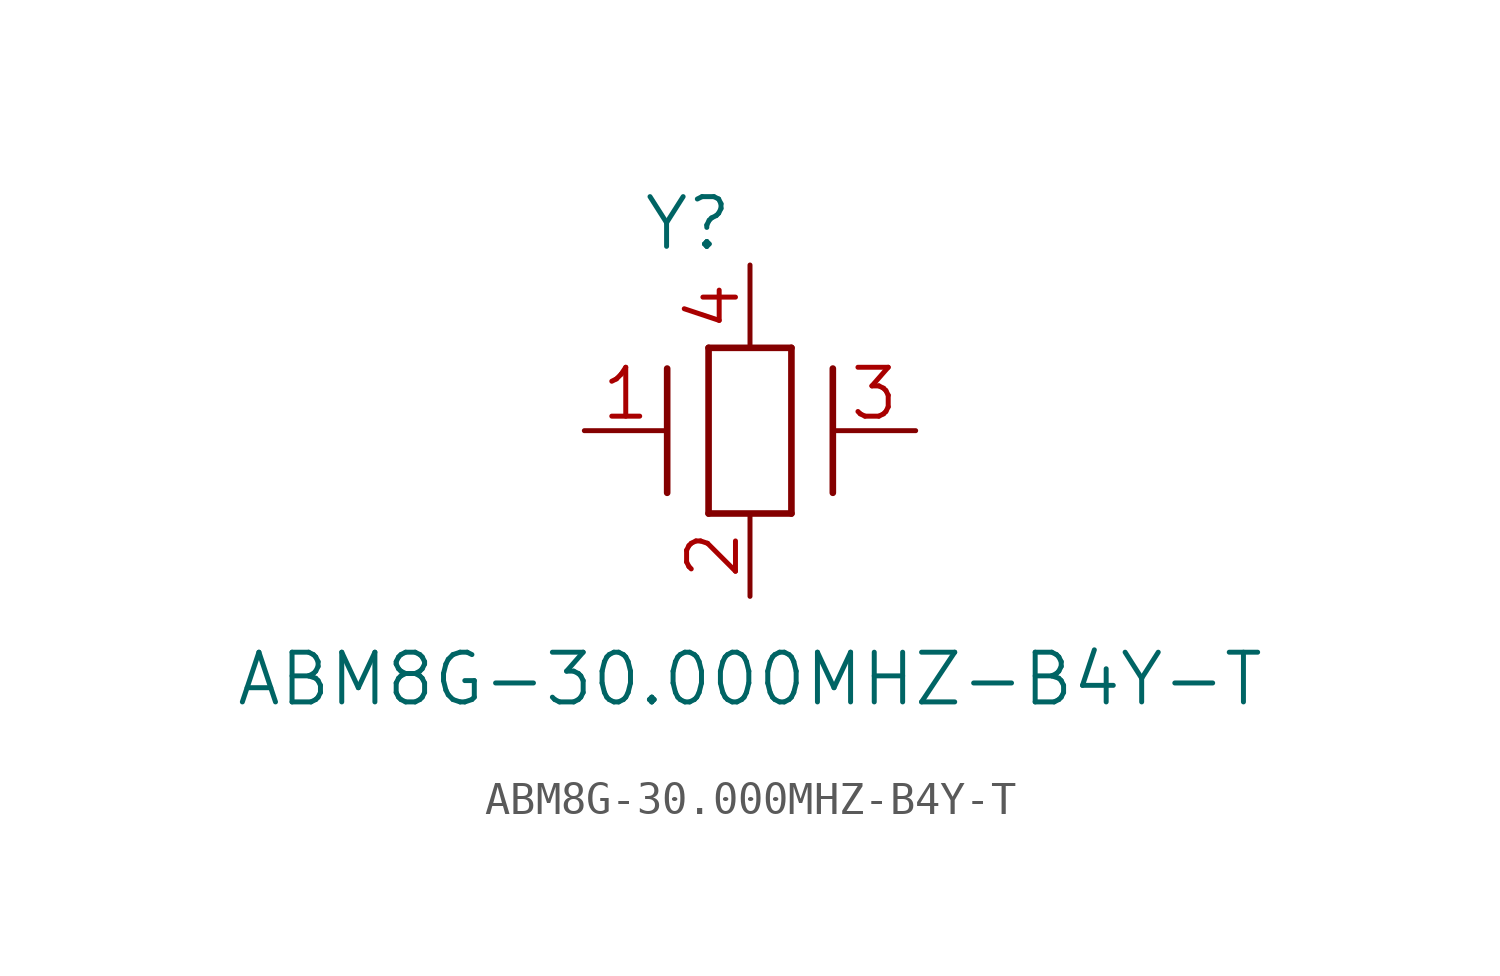
<source format=kicad_sym>
(kicad_symbol_lib
  (version 20220914)
  (generator kicad_symbol_editor)
  (symbol "ABM8G-30.000MHZ-B4Y-T"
    (pin_names hide)
    (property "Reference" "Y"
      (at 3.175 6.35 0)
      (effects (font (size 1.524 1.524))))
    (property "Value" "ABM8G-30.000MHZ-B4Y-T"
      (at 5.08 -7.62 0)
      (effects (font (size 1.524 1.524))))
    (property "Datasheet" ""
      (at 0 0 0)
      (effects (font (size 1.524 1.524))))
    (property "ki_locked" ""
      (at 0 0 0)
      (effects (font (size 1.27 1.27))))
    (symbol "ABM8G-30.000MHZ-B4Y-T_1_1"
      (polyline (pts (xy 2.54 -1.905) (xy 2.54 1.905)) (stroke (width 0.203) (type solid)) (fill (type none)))
      (polyline (pts (xy 3.81 -2.54) (xy 3.81 2.54)) (stroke (width 0.203) (type solid)) (fill (type none)))
      (polyline (pts (xy 3.81 2.54) (xy 6.35 2.54)) (stroke (width 0.203) (type solid)) (fill (type none)))
      (polyline (pts (xy 6.35 -2.54) (xy 3.81 -2.54)) (stroke (width 0.203) (type solid)) (fill (type none)))
      (polyline (pts (xy 6.35 2.54) (xy 6.35 -2.54)) (stroke (width 0.203) (type solid)) (fill (type none)))
      (polyline (pts (xy 7.62 -1.905) (xy 7.62 1.905)) (stroke (width 0.203) (type solid)) (fill (type none)))
      (pin unspecified line (at 0 0 0) (length 2.54) (name "1" (effects (font (size 1.499 1.499)))) (number "1" (effects (font (size 1.499 1.499)))))
      (pin unspecified line (at 5.08 -5.08 90) (length 2.54) (name "GND" (effects (font (size 1.499 1.499)))) (number "2" (effects (font (size 1.499 1.499)))))
      (pin unspecified line (at 10.16 0 180) (length 2.54) (name "3" (effects (font (size 1.499 1.499)))) (number "3" (effects (font (size 1.499 1.499)))))
      (pin unspecified line (at 5.08 5.08 270) (length 2.54) (name "GND" (effects (font (size 1.499 1.499)))) (number "4" (effects (font (size 1.499 1.499))))))))
</source>
